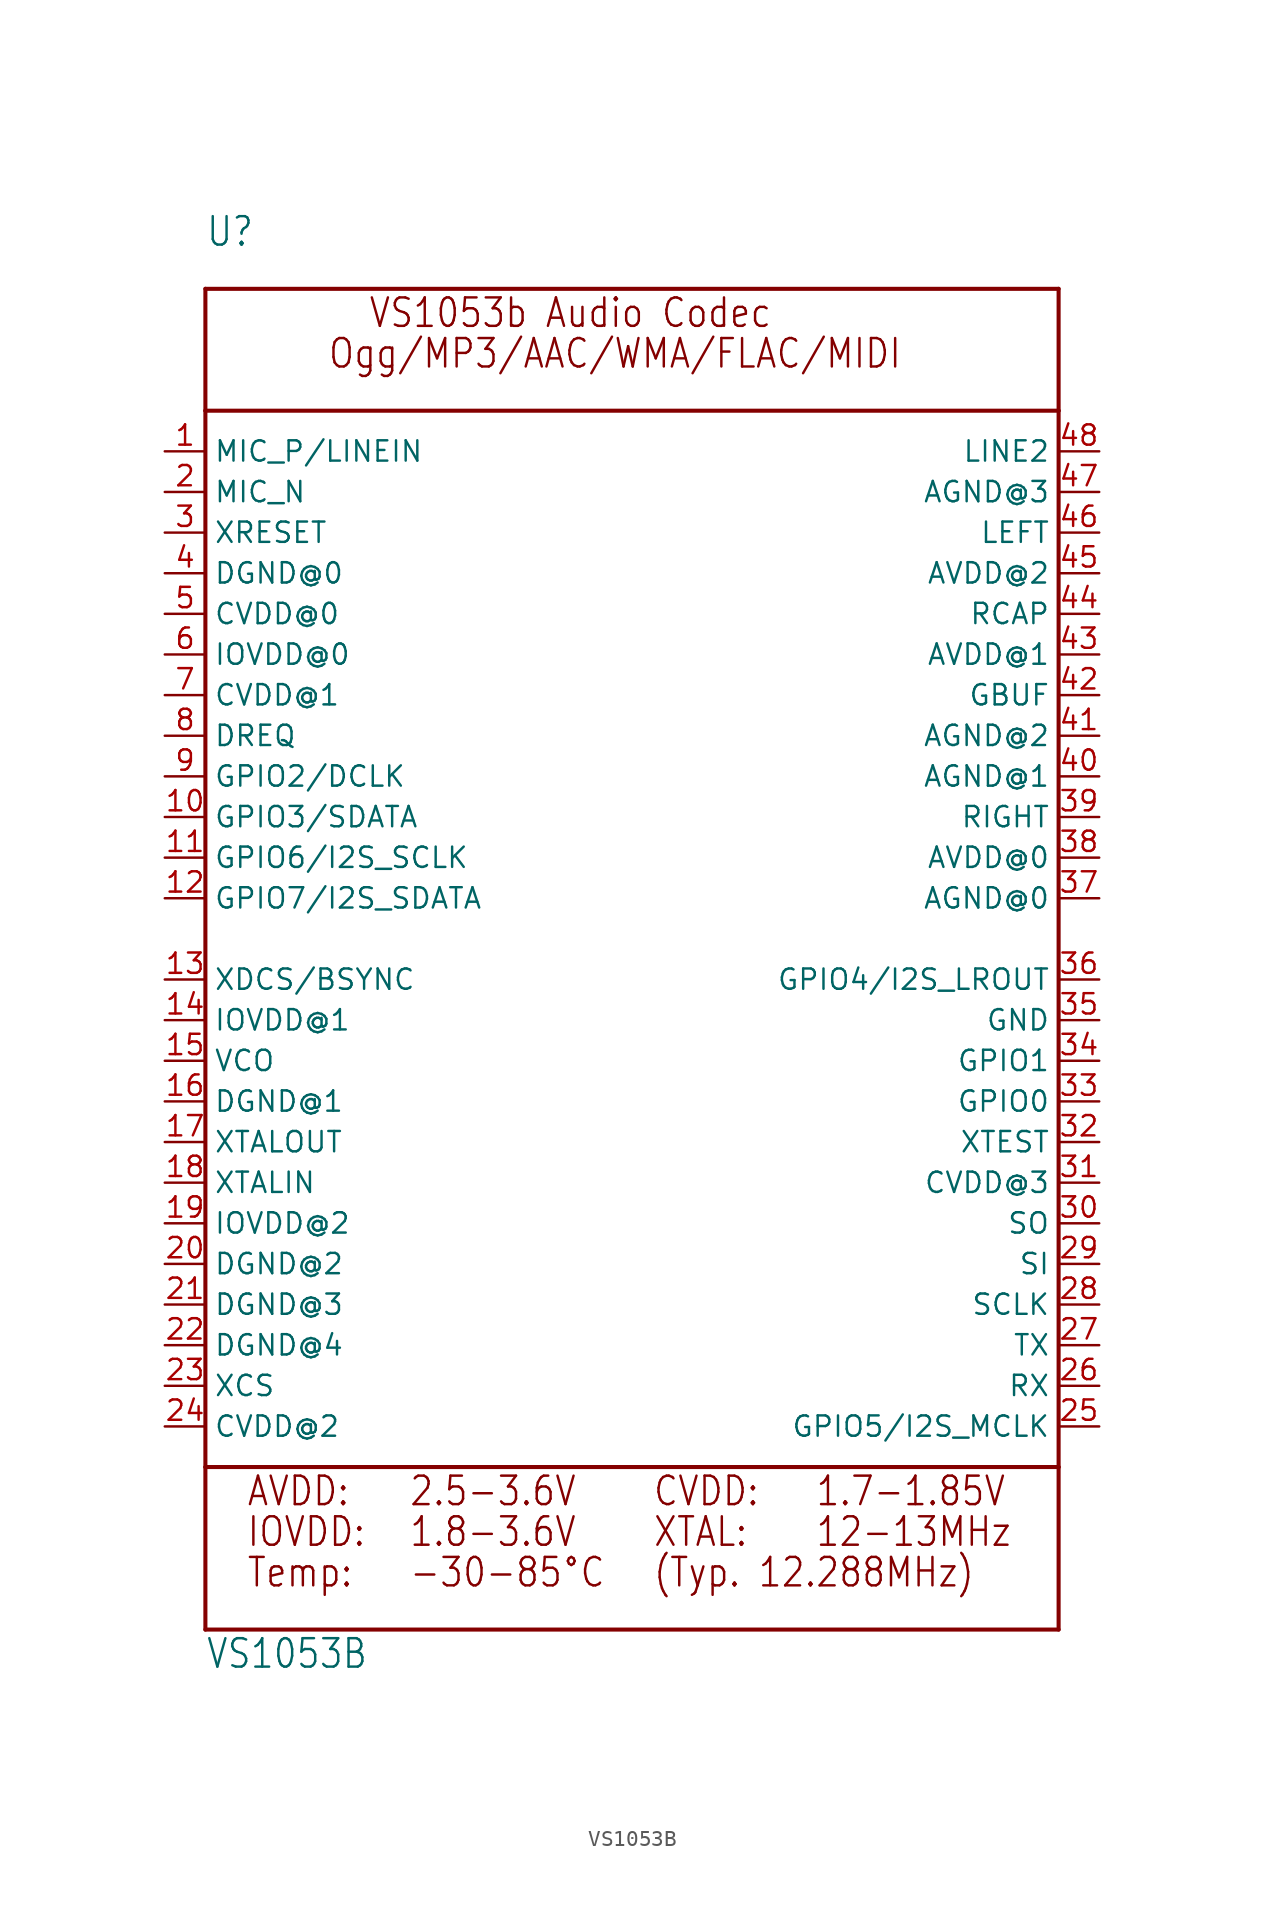
<source format=kicad_sym>
(kicad_symbol_lib
  (version 20211014)
  (generator kicad_symbol_editor)
  (symbol "VS1053B"
    (property "Reference" "U"
      (at -25.4 43.18 0)
      (effects (font (size 1.778 1.511)) (justify left bottom)))
    (property "Value" "VS1053B"
      (at -25.4 -45.72 0)
      (effects (font (size 1.778 1.511)) (justify left bottom)))
    (property "ki_locked" ""
      (at 0 0 0)
      (effects (font (size 1.27 1.27))))
    (symbol "VS1053B_1_0"
      (polyline (pts (xy -25.4 -43.18) (xy -25.4 -33.02)) (stroke (width 0.254) (type default) (color 0 0 0 0)) (fill (type none)))
      (polyline (pts (xy -25.4 -33.02) (xy -25.4 33.02)) (stroke (width 0.254) (type default) (color 0 0 0 0)) (fill (type none)))
      (polyline (pts (xy -25.4 33.02) (xy -25.4 40.64)) (stroke (width 0.254) (type default) (color 0 0 0 0)) (fill (type none)))
      (polyline (pts (xy -25.4 33.02) (xy 27.94 33.02)) (stroke (width 0.254) (type default) (color 0 0 0 0)) (fill (type none)))
      (polyline (pts (xy -25.4 40.64) (xy 27.94 40.64)) (stroke (width 0.254) (type default) (color 0 0 0 0)) (fill (type none)))
      (polyline (pts (xy 27.94 -43.18) (xy -25.4 -43.18)) (stroke (width 0.254) (type default) (color 0 0 0 0)) (fill (type none)))
      (polyline (pts (xy 27.94 -33.02) (xy -25.4 -33.02)) (stroke (width 0.254) (type default) (color 0 0 0 0)) (fill (type none)))
      (polyline (pts (xy 27.94 -33.02) (xy 27.94 -43.18)) (stroke (width 0.254) (type default) (color 0 0 0 0)) (fill (type none)))
      (polyline (pts (xy 27.94 33.02) (xy 27.94 -33.02)) (stroke (width 0.254) (type default) (color 0 0 0 0)) (fill (type none)))
      (polyline (pts (xy 27.94 40.64) (xy 27.94 33.02)) (stroke (width 0.254) (type default) (color 0 0 0 0)) (fill (type none)))
      (text "(Typ. 12.288MHz)" (at 2.54 -40.64 0) (effects (font (size 1.778 1.511)) (justify left bottom)))
      (text "-30-85°C" (at -12.7 -40.64 0) (effects (font (size 1.778 1.511)) (justify left bottom)))
      (text "1.7-1.85V" (at 12.7 -35.56 0) (effects (font (size 1.778 1.511)) (justify left bottom)))
      (text "1.8-3.6V" (at -12.7 -38.1 0) (effects (font (size 1.778 1.511)) (justify left bottom)))
      (text "12-13MHz" (at 12.7 -38.1 0) (effects (font (size 1.778 1.511)) (justify left bottom)))
      (text "2.5-3.6V" (at -12.7 -35.56 0) (effects (font (size 1.778 1.511)) (justify left bottom)))
      (text "AVDD:" (at -22.86 -35.56 0) (effects (font (size 1.778 1.511)) (justify left bottom)))
      (text "CVDD:" (at 2.54 -35.56 0) (effects (font (size 1.778 1.511)) (justify left bottom)))
      (text "IOVDD:" (at -22.86 -38.1 0) (effects (font (size 1.778 1.511)) (justify left bottom)))
      (text "Ogg/MP3/AAC/WMA/FLAC/MIDI" (at -17.78 35.56 0) (effects (font (size 1.778 1.511)) (justify left bottom)))
      (text "Temp:" (at -22.86 -40.64 0) (effects (font (size 1.778 1.511)) (justify left bottom)))
      (text "VS1053b Audio Codec" (at -15.24 38.1 0) (effects (font (size 1.778 1.511)) (justify left bottom)))
      (text "XTAL:" (at 2.54 -38.1 0) (effects (font (size 1.778 1.511)) (justify left bottom)))
      (pin bidirectional line (at -27.94 30.48 0) (length 2.54) (name "MIC_P/LINEIN" (effects (font (size 1.27 1.27)))) (number "1" (effects (font (size 1.27 1.27)))))
      (pin bidirectional line (at -27.94 7.62 0) (length 2.54) (name "GPIO3/SDATA" (effects (font (size 1.27 1.27)))) (number "10" (effects (font (size 1.27 1.27)))))
      (pin bidirectional line (at -27.94 5.08 0) (length 2.54) (name "GPIO6/I2S_SCLK" (effects (font (size 1.27 1.27)))) (number "11" (effects (font (size 1.27 1.27)))))
      (pin bidirectional line (at -27.94 2.54 0) (length 2.54) (name "GPIO7/I2S_SDATA" (effects (font (size 1.27 1.27)))) (number "12" (effects (font (size 1.27 1.27)))))
      (pin bidirectional line (at -27.94 -2.54 0) (length 2.54) (name "XDCS/BSYNC" (effects (font (size 1.27 1.27)))) (number "13" (effects (font (size 1.27 1.27)))))
      (pin power_in line (at -27.94 -5.08 0) (length 2.54) (name "IOVDD@1" (effects (font (size 1.27 1.27)))) (number "14" (effects (font (size 1.27 1.27)))))
      (pin bidirectional line (at -27.94 -7.62 0) (length 2.54) (name "VCO" (effects (font (size 1.27 1.27)))) (number "15" (effects (font (size 1.27 1.27)))))
      (pin power_in line (at -27.94 -10.16 0) (length 2.54) (name "DGND@1" (effects (font (size 1.27 1.27)))) (number "16" (effects (font (size 1.27 1.27)))))
      (pin output line (at -27.94 -12.7 0) (length 2.54) (name "XTALOUT" (effects (font (size 1.27 1.27)))) (number "17" (effects (font (size 1.27 1.27)))))
      (pin input line (at -27.94 -15.24 0) (length 2.54) (name "XTALIN" (effects (font (size 1.27 1.27)))) (number "18" (effects (font (size 1.27 1.27)))))
      (pin power_in line (at -27.94 -17.78 0) (length 2.54) (name "IOVDD@2" (effects (font (size 1.27 1.27)))) (number "19" (effects (font (size 1.27 1.27)))))
      (pin bidirectional line (at -27.94 27.94 0) (length 2.54) (name "MIC_N" (effects (font (size 1.27 1.27)))) (number "2" (effects (font (size 1.27 1.27)))))
      (pin power_in line (at -27.94 -20.32 0) (length 2.54) (name "DGND@2" (effects (font (size 1.27 1.27)))) (number "20" (effects (font (size 1.27 1.27)))))
      (pin power_in line (at -27.94 -22.86 0) (length 2.54) (name "DGND@3" (effects (font (size 1.27 1.27)))) (number "21" (effects (font (size 1.27 1.27)))))
      (pin power_in line (at -27.94 -25.4 0) (length 2.54) (name "DGND@4" (effects (font (size 1.27 1.27)))) (number "22" (effects (font (size 1.27 1.27)))))
      (pin bidirectional line (at -27.94 -27.94 0) (length 2.54) (name "XCS" (effects (font (size 1.27 1.27)))) (number "23" (effects (font (size 1.27 1.27)))))
      (pin power_in line (at -27.94 -30.48 0) (length 2.54) (name "CVDD@2" (effects (font (size 1.27 1.27)))) (number "24" (effects (font (size 1.27 1.27)))))
      (pin bidirectional line (at 30.48 -30.48 180) (length 2.54) (name "GPIO5/I2S_MCLK" (effects (font (size 1.27 1.27)))) (number "25" (effects (font (size 1.27 1.27)))))
      (pin bidirectional line (at 30.48 -27.94 180) (length 2.54) (name "RX" (effects (font (size 1.27 1.27)))) (number "26" (effects (font (size 1.27 1.27)))))
      (pin bidirectional line (at 30.48 -25.4 180) (length 2.54) (name "TX" (effects (font (size 1.27 1.27)))) (number "27" (effects (font (size 1.27 1.27)))))
      (pin bidirectional line (at 30.48 -22.86 180) (length 2.54) (name "SCLK" (effects (font (size 1.27 1.27)))) (number "28" (effects (font (size 1.27 1.27)))))
      (pin bidirectional line (at 30.48 -20.32 180) (length 2.54) (name "SI" (effects (font (size 1.27 1.27)))) (number "29" (effects (font (size 1.27 1.27)))))
      (pin bidirectional line (at -27.94 25.4 0) (length 2.54) (name "XRESET" (effects (font (size 1.27 1.27)))) (number "3" (effects (font (size 1.27 1.27)))))
      (pin bidirectional line (at 30.48 -17.78 180) (length 2.54) (name "SO" (effects (font (size 1.27 1.27)))) (number "30" (effects (font (size 1.27 1.27)))))
      (pin power_in line (at 30.48 -15.24 180) (length 2.54) (name "CVDD@3" (effects (font (size 1.27 1.27)))) (number "31" (effects (font (size 1.27 1.27)))))
      (pin bidirectional line (at 30.48 -12.7 180) (length 2.54) (name "XTEST" (effects (font (size 1.27 1.27)))) (number "32" (effects (font (size 1.27 1.27)))))
      (pin bidirectional line (at 30.48 -10.16 180) (length 2.54) (name "GPIO0" (effects (font (size 1.27 1.27)))) (number "33" (effects (font (size 1.27 1.27)))))
      (pin bidirectional line (at 30.48 -7.62 180) (length 2.54) (name "GPIO1" (effects (font (size 1.27 1.27)))) (number "34" (effects (font (size 1.27 1.27)))))
      (pin power_in line (at 30.48 -5.08 180) (length 2.54) (name "GND" (effects (font (size 1.27 1.27)))) (number "35" (effects (font (size 1.27 1.27)))))
      (pin bidirectional line (at 30.48 -2.54 180) (length 2.54) (name "GPIO4/I2S_LROUT" (effects (font (size 1.27 1.27)))) (number "36" (effects (font (size 1.27 1.27)))))
      (pin power_in line (at 30.48 2.54 180) (length 2.54) (name "AGND@0" (effects (font (size 1.27 1.27)))) (number "37" (effects (font (size 1.27 1.27)))))
      (pin power_in line (at 30.48 5.08 180) (length 2.54) (name "AVDD@0" (effects (font (size 1.27 1.27)))) (number "38" (effects (font (size 1.27 1.27)))))
      (pin bidirectional line (at 30.48 7.62 180) (length 2.54) (name "RIGHT" (effects (font (size 1.27 1.27)))) (number "39" (effects (font (size 1.27 1.27)))))
      (pin power_in line (at -27.94 22.86 0) (length 2.54) (name "DGND@0" (effects (font (size 1.27 1.27)))) (number "4" (effects (font (size 1.27 1.27)))))
      (pin power_in line (at 30.48 10.16 180) (length 2.54) (name "AGND@1" (effects (font (size 1.27 1.27)))) (number "40" (effects (font (size 1.27 1.27)))))
      (pin power_in line (at 30.48 12.7 180) (length 2.54) (name "AGND@2" (effects (font (size 1.27 1.27)))) (number "41" (effects (font (size 1.27 1.27)))))
      (pin bidirectional line (at 30.48 15.24 180) (length 2.54) (name "GBUF" (effects (font (size 1.27 1.27)))) (number "42" (effects (font (size 1.27 1.27)))))
      (pin power_in line (at 30.48 17.78 180) (length 2.54) (name "AVDD@1" (effects (font (size 1.27 1.27)))) (number "43" (effects (font (size 1.27 1.27)))))
      (pin bidirectional line (at 30.48 20.32 180) (length 2.54) (name "RCAP" (effects (font (size 1.27 1.27)))) (number "44" (effects (font (size 1.27 1.27)))))
      (pin power_in line (at 30.48 22.86 180) (length 2.54) (name "AVDD@2" (effects (font (size 1.27 1.27)))) (number "45" (effects (font (size 1.27 1.27)))))
      (pin bidirectional line (at 30.48 25.4 180) (length 2.54) (name "LEFT" (effects (font (size 1.27 1.27)))) (number "46" (effects (font (size 1.27 1.27)))))
      (pin power_in line (at 30.48 27.94 180) (length 2.54) (name "AGND@3" (effects (font (size 1.27 1.27)))) (number "47" (effects (font (size 1.27 1.27)))))
      (pin bidirectional line (at 30.48 30.48 180) (length 2.54) (name "LINE2" (effects (font (size 1.27 1.27)))) (number "48" (effects (font (size 1.27 1.27)))))
      (pin power_in line (at -27.94 20.32 0) (length 2.54) (name "CVDD@0" (effects (font (size 1.27 1.27)))) (number "5" (effects (font (size 1.27 1.27)))))
      (pin power_in line (at -27.94 17.78 0) (length 2.54) (name "IOVDD@0" (effects (font (size 1.27 1.27)))) (number "6" (effects (font (size 1.27 1.27)))))
      (pin power_in line (at -27.94 15.24 0) (length 2.54) (name "CVDD@1" (effects (font (size 1.27 1.27)))) (number "7" (effects (font (size 1.27 1.27)))))
      (pin bidirectional line (at -27.94 12.7 0) (length 2.54) (name "DREQ" (effects (font (size 1.27 1.27)))) (number "8" (effects (font (size 1.27 1.27)))))
      (pin bidirectional line (at -27.94 10.16 0) (length 2.54) (name "GPIO2/DCLK" (effects (font (size 1.27 1.27)))) (number "9" (effects (font (size 1.27 1.27))))))))
</source>
